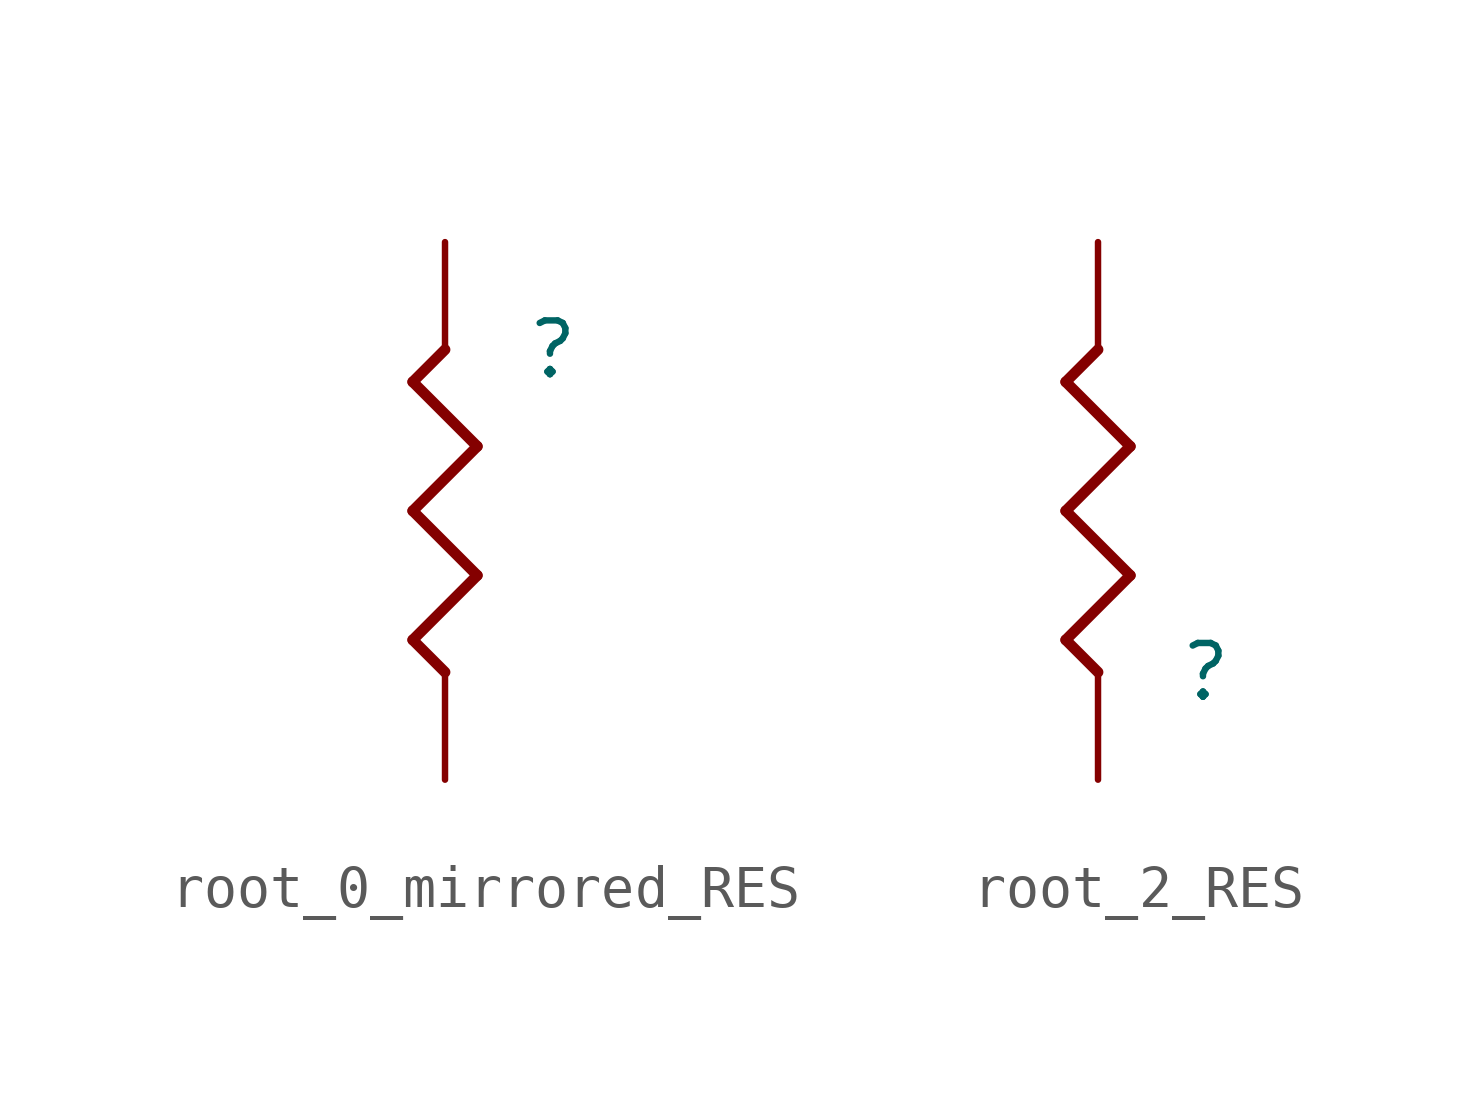
<source format=kicad_sym>
(kicad_symbol_lib
  (version 20231120)
  (generator "kicad_symbol_editor")
  (generator_version "8.0")
  (symbol "root_0_mirrored_RES"
    (property "Reference" ""
      (at 0 0 0)
      (effects (font (size 1.27 1.27))))
    (property "Value" ""
      (at 0 0 0)
      (effects (font (size 1.27 1.27))))
    (symbol "root_0_mirrored_RES_1_0"
      (polyline (pts (xy -3.302 -6.858) (xy -2.54 -7.62)) (stroke (width 0.254) (type solid)) (fill (type none)))
      (polyline (pts (xy -3.302 -3.81) (xy -1.778 -5.334)) (stroke (width 0.254) (type solid)) (fill (type none)))
      (polyline (pts (xy -3.302 -0.762) (xy -1.778 -2.286)) (stroke (width 0.254) (type solid)) (fill (type none)))
      (polyline (pts (xy -2.54 0) (xy -3.302 -0.762)) (stroke (width 0.254) (type solid)) (fill (type none)))
      (polyline (pts (xy -1.778 -5.334) (xy -3.302 -6.858)) (stroke (width 0.254) (type solid)) (fill (type none)))
      (polyline (pts (xy -1.778 -2.286) (xy -3.302 -3.81)) (stroke (width 0.254) (type solid)) (fill (type none)))
      (pin passive line (at -2.54 2.54 270) (length 2.54) (name "1" (effects (font (size 0 0)))) (number "1" (effects (font (size 0 0)))))
      (pin passive line (at -2.54 -10.16 90) (length 2.54) (name "2" (effects (font (size 0 0)))) (number "2" (effects (font (size 0 0)))))))
  (symbol "root_2_RES"
    (property "Reference" ""
      (at 0 0 0)
      (effects (font (size 1.27 1.27))))
    (property "Value" ""
      (at 0 0 0)
      (effects (font (size 1.27 1.27))))
    (symbol "root_2_RES_1_0"
      (polyline (pts (xy -3.302 0.762) (xy -1.778 2.286)) (stroke (width 0.254) (type solid)) (fill (type none)))
      (polyline (pts (xy -3.302 3.81) (xy -1.778 5.334)) (stroke (width 0.254) (type solid)) (fill (type none)))
      (polyline (pts (xy -3.302 6.858) (xy -2.54 7.62)) (stroke (width 0.254) (type solid)) (fill (type none)))
      (polyline (pts (xy -2.54 0) (xy -3.302 0.762)) (stroke (width 0.254) (type solid)) (fill (type none)))
      (polyline (pts (xy -1.778 2.286) (xy -3.302 3.81)) (stroke (width 0.254) (type solid)) (fill (type none)))
      (polyline (pts (xy -1.778 5.334) (xy -3.302 6.858)) (stroke (width 0.254) (type solid)) (fill (type none)))
      (pin passive line (at -2.54 -2.54 90) (length 2.54) (name "1" (effects (font (size 0 0)))) (number "1" (effects (font (size 0 0)))))
      (pin passive line (at -2.54 10.16 270) (length 2.54) (name "2" (effects (font (size 0 0)))) (number "2" (effects (font (size 0 0))))))))
</source>
